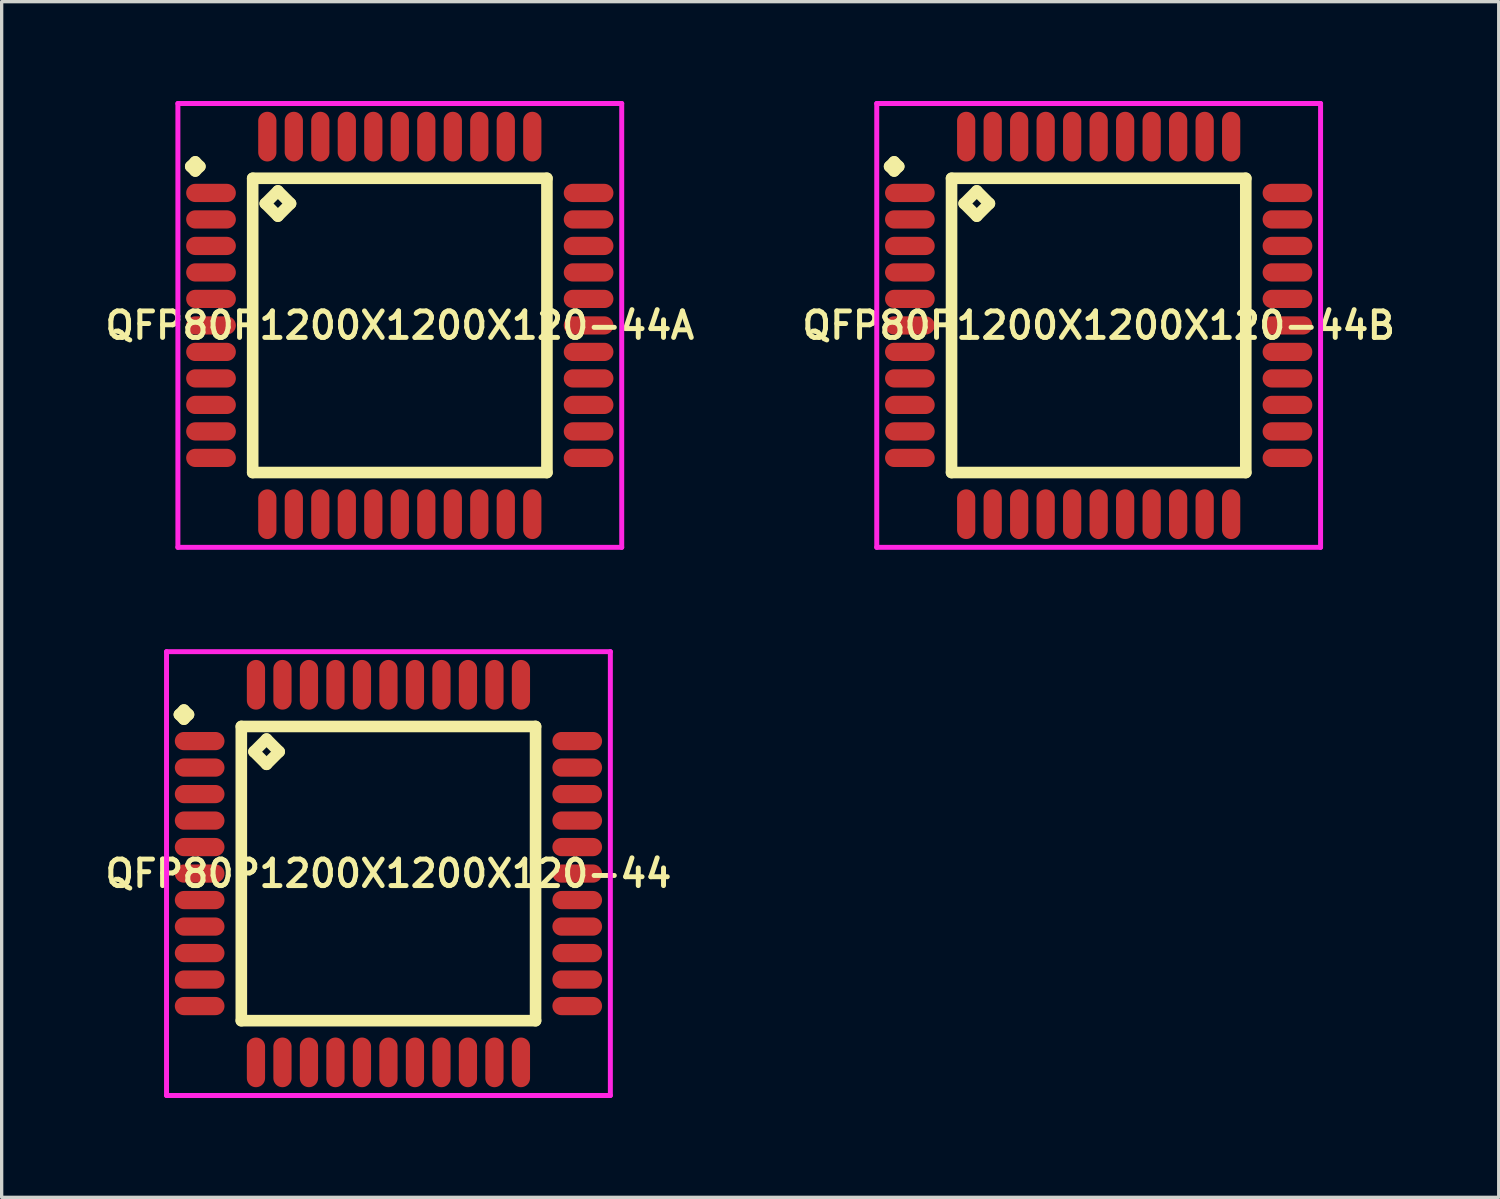
<source format=kicad_pcb>
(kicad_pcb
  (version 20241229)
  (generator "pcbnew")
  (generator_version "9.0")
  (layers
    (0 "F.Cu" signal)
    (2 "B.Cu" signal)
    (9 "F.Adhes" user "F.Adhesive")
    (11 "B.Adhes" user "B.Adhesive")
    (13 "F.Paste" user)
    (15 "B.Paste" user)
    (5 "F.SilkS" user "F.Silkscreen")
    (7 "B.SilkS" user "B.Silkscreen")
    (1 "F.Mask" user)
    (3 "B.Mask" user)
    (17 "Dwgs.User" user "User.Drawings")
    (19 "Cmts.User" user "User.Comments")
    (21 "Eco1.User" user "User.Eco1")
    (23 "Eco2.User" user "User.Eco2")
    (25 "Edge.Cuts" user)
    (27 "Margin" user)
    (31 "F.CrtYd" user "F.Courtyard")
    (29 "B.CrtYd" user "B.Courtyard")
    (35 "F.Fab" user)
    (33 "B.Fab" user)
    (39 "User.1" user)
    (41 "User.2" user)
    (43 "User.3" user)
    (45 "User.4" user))
  (footprint "QFP80P1200X1200X120-44A"
    (layer "F.Cu")
    (at 9.021 6.775)
    (property "Reference" "QFP80P1200X1200X120-44A" (at 0 0 0) (layer "F.SilkS") (effects (font (size 0.8 0.8) (thickness 0.15))))
    (attr smd)
    (fp_line (start -6.312 -4.8) (end -6.175 -4.938) (stroke (width 0.35) (type solid)) (layer "F.SilkS"))
    (fp_line (start -6.175 -4.938) (end -6.037 -4.8) (stroke (width 0.35) (type solid)) (layer "F.SilkS"))
    (fp_line (start -6.175 -4.662) (end -6.312 -4.8) (stroke (width 0.35) (type solid)) (layer "F.SilkS"))
    (fp_line (start -6.037 -4.8) (end -6.175 -4.662) (stroke (width 0.35) (type solid)) (layer "F.SilkS"))
    (fp_line (start -4.442 -4.442) (end -4.442 4.442) (stroke (width 0.35) (type solid)) (layer "F.SilkS"))
    (fp_line (start -4.442 4.442) (end 4.442 4.442) (stroke (width 0.35) (type solid)) (layer "F.SilkS"))
    (fp_line (start -4.061 -3.68) (end -3.68 -4.061) (stroke (width 0.35) (type solid)) (layer "F.SilkS"))
    (fp_line (start -3.68 -4.061) (end -3.299 -3.68) (stroke (width 0.35) (type solid)) (layer "F.SilkS"))
    (fp_line (start -3.68 -3.299) (end -4.061 -3.68) (stroke (width 0.35) (type solid)) (layer "F.SilkS"))
    (fp_line (start -3.299 -3.68) (end -3.68 -3.299) (stroke (width 0.35) (type solid)) (layer "F.SilkS"))
    (fp_line (start 4.442 -4.442) (end -4.442 -4.442) (stroke (width 0.35) (type solid)) (layer "F.SilkS"))
    (fp_line (start 4.442 4.442) (end 4.442 -4.442) (stroke (width 0.35) (type solid)) (layer "F.SilkS"))
    (fp_line (start -6.7 -6.7) (end 6.7 -6.7) (stroke (width 0.15) (type solid)) (layer "F.CrtYd"))
    (fp_line (start -6.7 6.7) (end -6.7 -6.7) (stroke (width 0.15) (type solid)) (layer "F.CrtYd"))
    (fp_line (start 6.7 -6.7) (end 6.7 6.7) (stroke (width 0.15) (type solid)) (layer "F.CrtYd"))
    (fp_line (start 6.7 6.7) (end -6.7 6.7) (stroke (width 0.15) (type solid)) (layer "F.CrtYd"))
    (pad "1" smd oval (at -5.7 -4) (size 1.5 0.55) (layers "F.Cu" "F.Mask" "F.Paste"))
    (pad "2" smd oval (at -5.7 -3.2) (size 1.5 0.55) (layers "F.Cu" "F.Mask" "F.Paste"))
    (pad "3" smd oval (at -5.7 -2.4) (size 1.5 0.55) (layers "F.Cu" "F.Mask" "F.Paste"))
    (pad "4" smd oval (at -5.7 -1.6) (size 1.5 0.55) (layers "F.Cu" "F.Mask" "F.Paste"))
    (pad "5" smd oval (at -5.7 -0.8) (size 1.5 0.55) (layers "F.Cu" "F.Mask" "F.Paste"))
    (pad "6" smd oval (at -5.7 0) (size 1.5 0.55) (layers "F.Cu" "F.Mask" "F.Paste"))
    (pad "7" smd oval (at -5.7 0.8) (size 1.5 0.55) (layers "F.Cu" "F.Mask" "F.Paste"))
    (pad "8" smd oval (at -5.7 1.6) (size 1.5 0.55) (layers "F.Cu" "F.Mask" "F.Paste"))
    (pad "9" smd oval (at -5.7 2.4) (size 1.5 0.55) (layers "F.Cu" "F.Mask" "F.Paste"))
    (pad "10" smd oval (at -5.7 3.2) (size 1.5 0.55) (layers "F.Cu" "F.Mask" "F.Paste"))
    (pad "11" smd oval (at -5.7 4) (size 1.5 0.55) (layers "F.Cu" "F.Mask" "F.Paste"))
    (pad "12" smd oval (at -4 5.7) (size 0.55 1.5) (layers "F.Cu" "F.Mask" "F.Paste"))
    (pad "13" smd oval (at -3.2 5.7) (size 0.55 1.5) (layers "F.Cu" "F.Mask" "F.Paste"))
    (pad "14" smd oval (at -2.4 5.7) (size 0.55 1.5) (layers "F.Cu" "F.Mask" "F.Paste"))
    (pad "15" smd oval (at -1.6 5.7) (size 0.55 1.5) (layers "F.Cu" "F.Mask" "F.Paste"))
    (pad "16" smd oval (at -0.8 5.7) (size 0.55 1.5) (layers "F.Cu" "F.Mask" "F.Paste"))
    (pad "17" smd oval (at 0 5.7) (size 0.55 1.5) (layers "F.Cu" "F.Mask" "F.Paste"))
    (pad "18" smd oval (at 0.8 5.7) (size 0.55 1.5) (layers "F.Cu" "F.Mask" "F.Paste"))
    (pad "19" smd oval (at 1.6 5.7) (size 0.55 1.5) (layers "F.Cu" "F.Mask" "F.Paste"))
    (pad "20" smd oval (at 2.4 5.7) (size 0.55 1.5) (layers "F.Cu" "F.Mask" "F.Paste"))
    (pad "21" smd oval (at 3.2 5.7) (size 0.55 1.5) (layers "F.Cu" "F.Mask" "F.Paste"))
    (pad "22" smd oval (at 4 5.7) (size 0.55 1.5) (layers "F.Cu" "F.Mask" "F.Paste"))
    (pad "23" smd oval (at 5.7 4) (size 1.5 0.55) (layers "F.Cu" "F.Mask" "F.Paste"))
    (pad "24" smd oval (at 5.7 3.2) (size 1.5 0.55) (layers "F.Cu" "F.Mask" "F.Paste"))
    (pad "25" smd oval (at 5.7 2.4) (size 1.5 0.55) (layers "F.Cu" "F.Mask" "F.Paste"))
    (pad "26" smd oval (at 5.7 1.6) (size 1.5 0.55) (layers "F.Cu" "F.Mask" "F.Paste"))
    (pad "27" smd oval (at 5.7 0.8) (size 1.5 0.55) (layers "F.Cu" "F.Mask" "F.Paste"))
    (pad "28" smd oval (at 5.7 0) (size 1.5 0.55) (layers "F.Cu" "F.Mask" "F.Paste"))
    (pad "29" smd oval (at 5.7 -0.8) (size 1.5 0.55) (layers "F.Cu" "F.Mask" "F.Paste"))
    (pad "30" smd oval (at 5.7 -1.6) (size 1.5 0.55) (layers "F.Cu" "F.Mask" "F.Paste"))
    (pad "31" smd oval (at 5.7 -2.4) (size 1.5 0.55) (layers "F.Cu" "F.Mask" "F.Paste"))
    (pad "32" smd oval (at 5.7 -3.2) (size 1.5 0.55) (layers "F.Cu" "F.Mask" "F.Paste"))
    (pad "33" smd oval (at 5.7 -4) (size 1.5 0.55) (layers "F.Cu" "F.Mask" "F.Paste"))
    (pad "34" smd oval (at 4 -5.7) (size 0.55 1.5) (layers "F.Cu" "F.Mask" "F.Paste"))
    (pad "35" smd oval (at 3.2 -5.7) (size 0.55 1.5) (layers "F.Cu" "F.Mask" "F.Paste"))
    (pad "36" smd oval (at 2.4 -5.7) (size 0.55 1.5) (layers "F.Cu" "F.Mask" "F.Paste"))
    (pad "37" smd oval (at 1.6 -5.7) (size 0.55 1.5) (layers "F.Cu" "F.Mask" "F.Paste"))
    (pad "38" smd oval (at 0.8 -5.7) (size 0.55 1.5) (layers "F.Cu" "F.Mask" "F.Paste"))
    (pad "39" smd oval (at 0 -5.7) (size 0.55 1.5) (layers "F.Cu" "F.Mask" "F.Paste"))
    (pad "40" smd oval (at -0.8 -5.7) (size 0.55 1.5) (layers "F.Cu" "F.Mask" "F.Paste"))
    (pad "41" smd oval (at -1.6 -5.7) (size 0.55 1.5) (layers "F.Cu" "F.Mask" "F.Paste"))
    (pad "42" smd oval (at -2.4 -5.7) (size 0.55 1.5) (layers "F.Cu" "F.Mask" "F.Paste"))
    (pad "43" smd oval (at -3.2 -5.7) (size 0.55 1.5) (layers "F.Cu" "F.Mask" "F.Paste"))
    (pad "44" smd oval (at -4 -5.7) (size 0.55 1.5) (layers "F.Cu" "F.Mask" "F.Paste")))
  (footprint "QFP80P1200X1200X120-44"
    (layer "F.Cu")
    (at 8.678 23.325)
    (property "Reference" "QFP80P1200X1200X120-44" (at 0 0 0) (layer "F.SilkS") (effects (font (size 0.8 0.8) (thickness 0.15))))
    (attr smd)
    (fp_line (start -6.312 -4.8) (end -6.175 -4.938) (stroke (width 0.35) (type solid)) (layer "F.SilkS"))
    (fp_line (start -6.175 -4.938) (end -6.037 -4.8) (stroke (width 0.35) (type solid)) (layer "F.SilkS"))
    (fp_line (start -6.175 -4.662) (end -6.312 -4.8) (stroke (width 0.35) (type solid)) (layer "F.SilkS"))
    (fp_line (start -6.037 -4.8) (end -6.175 -4.662) (stroke (width 0.35) (type solid)) (layer "F.SilkS"))
    (fp_line (start -4.442 -4.442) (end -4.442 4.442) (stroke (width 0.35) (type solid)) (layer "F.SilkS"))
    (fp_line (start -4.442 4.442) (end 4.442 4.442) (stroke (width 0.35) (type solid)) (layer "F.SilkS"))
    (fp_line (start -4.061 -3.68) (end -3.68 -4.061) (stroke (width 0.35) (type solid)) (layer "F.SilkS"))
    (fp_line (start -3.68 -4.061) (end -3.299 -3.68) (stroke (width 0.35) (type solid)) (layer "F.SilkS"))
    (fp_line (start -3.68 -3.299) (end -4.061 -3.68) (stroke (width 0.35) (type solid)) (layer "F.SilkS"))
    (fp_line (start -3.299 -3.68) (end -3.68 -3.299) (stroke (width 0.35) (type solid)) (layer "F.SilkS"))
    (fp_line (start 4.442 -4.442) (end -4.442 -4.442) (stroke (width 0.35) (type solid)) (layer "F.SilkS"))
    (fp_line (start 4.442 4.442) (end 4.442 -4.442) (stroke (width 0.35) (type solid)) (layer "F.SilkS"))
    (fp_line (start -6.7 -6.7) (end 6.7 -6.7) (stroke (width 0.15) (type solid)) (layer "F.CrtYd"))
    (fp_line (start -6.7 6.7) (end -6.7 -6.7) (stroke (width 0.15) (type solid)) (layer "F.CrtYd"))
    (fp_line (start 6.7 -6.7) (end 6.7 6.7) (stroke (width 0.15) (type solid)) (layer "F.CrtYd"))
    (fp_line (start 6.7 6.7) (end -6.7 6.7) (stroke (width 0.15) (type solid)) (layer "F.CrtYd"))
    (pad "1" smd oval (at -5.7 -4) (size 1.5 0.55) (layers "F.Cu" "F.Mask" "F.Paste"))
    (pad "2" smd oval (at -5.7 -3.2) (size 1.5 0.55) (layers "F.Cu" "F.Mask" "F.Paste"))
    (pad "3" smd oval (at -5.7 -2.4) (size 1.5 0.55) (layers "F.Cu" "F.Mask" "F.Paste"))
    (pad "4" smd oval (at -5.7 -1.6) (size 1.5 0.55) (layers "F.Cu" "F.Mask" "F.Paste"))
    (pad "5" smd oval (at -5.7 -0.8) (size 1.5 0.55) (layers "F.Cu" "F.Mask" "F.Paste"))
    (pad "6" smd oval (at -5.7 0) (size 1.5 0.55) (layers "F.Cu" "F.Mask" "F.Paste"))
    (pad "7" smd oval (at -5.7 0.8) (size 1.5 0.55) (layers "F.Cu" "F.Mask" "F.Paste"))
    (pad "8" smd oval (at -5.7 1.6) (size 1.5 0.55) (layers "F.Cu" "F.Mask" "F.Paste"))
    (pad "9" smd oval (at -5.7 2.4) (size 1.5 0.55) (layers "F.Cu" "F.Mask" "F.Paste"))
    (pad "10" smd oval (at -5.7 3.2) (size 1.5 0.55) (layers "F.Cu" "F.Mask" "F.Paste"))
    (pad "11" smd oval (at -5.7 4) (size 1.5 0.55) (layers "F.Cu" "F.Mask" "F.Paste"))
    (pad "12" smd oval (at -4 5.7) (size 0.55 1.5) (layers "F.Cu" "F.Mask" "F.Paste"))
    (pad "13" smd oval (at -3.2 5.7) (size 0.55 1.5) (layers "F.Cu" "F.Mask" "F.Paste"))
    (pad "14" smd oval (at -2.4 5.7) (size 0.55 1.5) (layers "F.Cu" "F.Mask" "F.Paste"))
    (pad "15" smd oval (at -1.6 5.7) (size 0.55 1.5) (layers "F.Cu" "F.Mask" "F.Paste"))
    (pad "16" smd oval (at -0.8 5.7) (size 0.55 1.5) (layers "F.Cu" "F.Mask" "F.Paste"))
    (pad "17" smd oval (at 0 5.7) (size 0.55 1.5) (layers "F.Cu" "F.Mask" "F.Paste"))
    (pad "18" smd oval (at 0.8 5.7) (size 0.55 1.5) (layers "F.Cu" "F.Mask" "F.Paste"))
    (pad "19" smd oval (at 1.6 5.7) (size 0.55 1.5) (layers "F.Cu" "F.Mask" "F.Paste"))
    (pad "20" smd oval (at 2.4 5.7) (size 0.55 1.5) (layers "F.Cu" "F.Mask" "F.Paste"))
    (pad "21" smd oval (at 3.2 5.7) (size 0.55 1.5) (layers "F.Cu" "F.Mask" "F.Paste"))
    (pad "22" smd oval (at 4 5.7) (size 0.55 1.5) (layers "F.Cu" "F.Mask" "F.Paste"))
    (pad "23" smd oval (at 5.7 4) (size 1.5 0.55) (layers "F.Cu" "F.Mask" "F.Paste"))
    (pad "24" smd oval (at 5.7 3.2) (size 1.5 0.55) (layers "F.Cu" "F.Mask" "F.Paste"))
    (pad "25" smd oval (at 5.7 2.4) (size 1.5 0.55) (layers "F.Cu" "F.Mask" "F.Paste"))
    (pad "26" smd oval (at 5.7 1.6) (size 1.5 0.55) (layers "F.Cu" "F.Mask" "F.Paste"))
    (pad "27" smd oval (at 5.7 0.8) (size 1.5 0.55) (layers "F.Cu" "F.Mask" "F.Paste"))
    (pad "28" smd oval (at 5.7 0) (size 1.5 0.55) (layers "F.Cu" "F.Mask" "F.Paste"))
    (pad "29" smd oval (at 5.7 -0.8) (size 1.5 0.55) (layers "F.Cu" "F.Mask" "F.Paste"))
    (pad "30" smd oval (at 5.7 -1.6) (size 1.5 0.55) (layers "F.Cu" "F.Mask" "F.Paste"))
    (pad "31" smd oval (at 5.7 -2.4) (size 1.5 0.55) (layers "F.Cu" "F.Mask" "F.Paste"))
    (pad "32" smd oval (at 5.7 -3.2) (size 1.5 0.55) (layers "F.Cu" "F.Mask" "F.Paste"))
    (pad "33" smd oval (at 5.7 -4) (size 1.5 0.55) (layers "F.Cu" "F.Mask" "F.Paste"))
    (pad "34" smd oval (at 4 -5.7) (size 0.55 1.5) (layers "F.Cu" "F.Mask" "F.Paste"))
    (pad "35" smd oval (at 3.2 -5.7) (size 0.55 1.5) (layers "F.Cu" "F.Mask" "F.Paste"))
    (pad "36" smd oval (at 2.4 -5.7) (size 0.55 1.5) (layers "F.Cu" "F.Mask" "F.Paste"))
    (pad "37" smd oval (at 1.6 -5.7) (size 0.55 1.5) (layers "F.Cu" "F.Mask" "F.Paste"))
    (pad "38" smd oval (at 0.8 -5.7) (size 0.55 1.5) (layers "F.Cu" "F.Mask" "F.Paste"))
    (pad "39" smd oval (at 0 -5.7) (size 0.55 1.5) (layers "F.Cu" "F.Mask" "F.Paste"))
    (pad "40" smd oval (at -0.8 -5.7) (size 0.55 1.5) (layers "F.Cu" "F.Mask" "F.Paste"))
    (pad "41" smd oval (at -1.6 -5.7) (size 0.55 1.5) (layers "F.Cu" "F.Mask" "F.Paste"))
    (pad "42" smd oval (at -2.4 -5.7) (size 0.55 1.5) (layers "F.Cu" "F.Mask" "F.Paste"))
    (pad "43" smd oval (at -3.2 -5.7) (size 0.55 1.5) (layers "F.Cu" "F.Mask" "F.Paste"))
    (pad "44" smd oval (at -4 -5.7) (size 0.55 1.5) (layers "F.Cu" "F.Mask" "F.Paste")))
  (footprint "QFP80P1200X1200X120-44B"
    (layer "F.Cu")
    (at 30.121 6.775)
    (property "Reference" "QFP80P1200X1200X120-44B" (at 0 0 0) (layer "F.SilkS") (effects (font (size 0.8 0.8) (thickness 0.15))))
    (attr smd)
    (fp_line (start -6.312 -4.8) (end -6.175 -4.938) (stroke (width 0.35) (type solid)) (layer "F.SilkS"))
    (fp_line (start -6.175 -4.938) (end -6.037 -4.8) (stroke (width 0.35) (type solid)) (layer "F.SilkS"))
    (fp_line (start -6.175 -4.662) (end -6.312 -4.8) (stroke (width 0.35) (type solid)) (layer "F.SilkS"))
    (fp_line (start -6.037 -4.8) (end -6.175 -4.662) (stroke (width 0.35) (type solid)) (layer "F.SilkS"))
    (fp_line (start -4.442 -4.442) (end -4.442 4.442) (stroke (width 0.35) (type solid)) (layer "F.SilkS"))
    (fp_line (start -4.442 4.442) (end 4.442 4.442) (stroke (width 0.35) (type solid)) (layer "F.SilkS"))
    (fp_line (start -4.061 -3.68) (end -3.68 -4.061) (stroke (width 0.35) (type solid)) (layer "F.SilkS"))
    (fp_line (start -3.68 -4.061) (end -3.299 -3.68) (stroke (width 0.35) (type solid)) (layer "F.SilkS"))
    (fp_line (start -3.68 -3.299) (end -4.061 -3.68) (stroke (width 0.35) (type solid)) (layer "F.SilkS"))
    (fp_line (start -3.299 -3.68) (end -3.68 -3.299) (stroke (width 0.35) (type solid)) (layer "F.SilkS"))
    (fp_line (start 4.442 -4.442) (end -4.442 -4.442) (stroke (width 0.35) (type solid)) (layer "F.SilkS"))
    (fp_line (start 4.442 4.442) (end 4.442 -4.442) (stroke (width 0.35) (type solid)) (layer "F.SilkS"))
    (fp_line (start -6.7 -6.7) (end 6.7 -6.7) (stroke (width 0.15) (type solid)) (layer "F.CrtYd"))
    (fp_line (start -6.7 6.7) (end -6.7 -6.7) (stroke (width 0.15) (type solid)) (layer "F.CrtYd"))
    (fp_line (start 6.7 -6.7) (end 6.7 6.7) (stroke (width 0.15) (type solid)) (layer "F.CrtYd"))
    (fp_line (start 6.7 6.7) (end -6.7 6.7) (stroke (width 0.15) (type solid)) (layer "F.CrtYd"))
    (pad "1" smd oval (at -5.7 -4) (size 1.5 0.55) (layers "F.Cu" "F.Mask" "F.Paste"))
    (pad "2" smd oval (at -5.7 -3.2) (size 1.5 0.55) (layers "F.Cu" "F.Mask" "F.Paste"))
    (pad "3" smd oval (at -5.7 -2.4) (size 1.5 0.55) (layers "F.Cu" "F.Mask" "F.Paste"))
    (pad "4" smd oval (at -5.7 -1.6) (size 1.5 0.55) (layers "F.Cu" "F.Mask" "F.Paste"))
    (pad "5" smd oval (at -5.7 -0.8) (size 1.5 0.55) (layers "F.Cu" "F.Mask" "F.Paste"))
    (pad "6" smd oval (at -5.7 0) (size 1.5 0.55) (layers "F.Cu" "F.Mask" "F.Paste"))
    (pad "7" smd oval (at -5.7 0.8) (size 1.5 0.55) (layers "F.Cu" "F.Mask" "F.Paste"))
    (pad "8" smd oval (at -5.7 1.6) (size 1.5 0.55) (layers "F.Cu" "F.Mask" "F.Paste"))
    (pad "9" smd oval (at -5.7 2.4) (size 1.5 0.55) (layers "F.Cu" "F.Mask" "F.Paste"))
    (pad "10" smd oval (at -5.7 3.2) (size 1.5 0.55) (layers "F.Cu" "F.Mask" "F.Paste"))
    (pad "11" smd oval (at -5.7 4) (size 1.5 0.55) (layers "F.Cu" "F.Mask" "F.Paste"))
    (pad "12" smd oval (at -4 5.7) (size 0.55 1.5) (layers "F.Cu" "F.Mask" "F.Paste"))
    (pad "13" smd oval (at -3.2 5.7) (size 0.55 1.5) (layers "F.Cu" "F.Mask" "F.Paste"))
    (pad "14" smd oval (at -2.4 5.7) (size 0.55 1.5) (layers "F.Cu" "F.Mask" "F.Paste"))
    (pad "15" smd oval (at -1.6 5.7) (size 0.55 1.5) (layers "F.Cu" "F.Mask" "F.Paste"))
    (pad "16" smd oval (at -0.8 5.7) (size 0.55 1.5) (layers "F.Cu" "F.Mask" "F.Paste"))
    (pad "17" smd oval (at 0 5.7) (size 0.55 1.5) (layers "F.Cu" "F.Mask" "F.Paste"))
    (pad "18" smd oval (at 0.8 5.7) (size 0.55 1.5) (layers "F.Cu" "F.Mask" "F.Paste"))
    (pad "19" smd oval (at 1.6 5.7) (size 0.55 1.5) (layers "F.Cu" "F.Mask" "F.Paste"))
    (pad "20" smd oval (at 2.4 5.7) (size 0.55 1.5) (layers "F.Cu" "F.Mask" "F.Paste"))
    (pad "21" smd oval (at 3.2 5.7) (size 0.55 1.5) (layers "F.Cu" "F.Mask" "F.Paste"))
    (pad "22" smd oval (at 4 5.7) (size 0.55 1.5) (layers "F.Cu" "F.Mask" "F.Paste"))
    (pad "23" smd oval (at 5.7 4) (size 1.5 0.55) (layers "F.Cu" "F.Mask" "F.Paste"))
    (pad "24" smd oval (at 5.7 3.2) (size 1.5 0.55) (layers "F.Cu" "F.Mask" "F.Paste"))
    (pad "25" smd oval (at 5.7 2.4) (size 1.5 0.55) (layers "F.Cu" "F.Mask" "F.Paste"))
    (pad "26" smd oval (at 5.7 1.6) (size 1.5 0.55) (layers "F.Cu" "F.Mask" "F.Paste"))
    (pad "27" smd oval (at 5.7 0.8) (size 1.5 0.55) (layers "F.Cu" "F.Mask" "F.Paste"))
    (pad "28" smd oval (at 5.7 0) (size 1.5 0.55) (layers "F.Cu" "F.Mask" "F.Paste"))
    (pad "29" smd oval (at 5.7 -0.8) (size 1.5 0.55) (layers "F.Cu" "F.Mask" "F.Paste"))
    (pad "30" smd oval (at 5.7 -1.6) (size 1.5 0.55) (layers "F.Cu" "F.Mask" "F.Paste"))
    (pad "31" smd oval (at 5.7 -2.4) (size 1.5 0.55) (layers "F.Cu" "F.Mask" "F.Paste"))
    (pad "32" smd oval (at 5.7 -3.2) (size 1.5 0.55) (layers "F.Cu" "F.Mask" "F.Paste"))
    (pad "33" smd oval (at 5.7 -4) (size 1.5 0.55) (layers "F.Cu" "F.Mask" "F.Paste"))
    (pad "34" smd oval (at 4 -5.7) (size 0.55 1.5) (layers "F.Cu" "F.Mask" "F.Paste"))
    (pad "35" smd oval (at 3.2 -5.7) (size 0.55 1.5) (layers "F.Cu" "F.Mask" "F.Paste"))
    (pad "36" smd oval (at 2.4 -5.7) (size 0.55 1.5) (layers "F.Cu" "F.Mask" "F.Paste"))
    (pad "37" smd oval (at 1.6 -5.7) (size 0.55 1.5) (layers "F.Cu" "F.Mask" "F.Paste"))
    (pad "38" smd oval (at 0.8 -5.7) (size 0.55 1.5) (layers "F.Cu" "F.Mask" "F.Paste"))
    (pad "39" smd oval (at 0 -5.7) (size 0.55 1.5) (layers "F.Cu" "F.Mask" "F.Paste"))
    (pad "40" smd oval (at -0.8 -5.7) (size 0.55 1.5) (layers "F.Cu" "F.Mask" "F.Paste"))
    (pad "41" smd oval (at -1.6 -5.7) (size 0.55 1.5) (layers "F.Cu" "F.Mask" "F.Paste"))
    (pad "42" smd oval (at -2.4 -5.7) (size 0.55 1.5) (layers "F.Cu" "F.Mask" "F.Paste"))
    (pad "43" smd oval (at -3.2 -5.7) (size 0.55 1.5) (layers "F.Cu" "F.Mask" "F.Paste"))
    (pad "44" smd oval (at -4 -5.7) (size 0.55 1.5) (layers "F.Cu" "F.Mask" "F.Paste")))
  (gr_rect
    (start -3 -3)
    (end 42.199 33.1)
    (stroke (width 0.1) (type default))
    (fill no)
    (layer "Edge.Cuts")))
</source>
